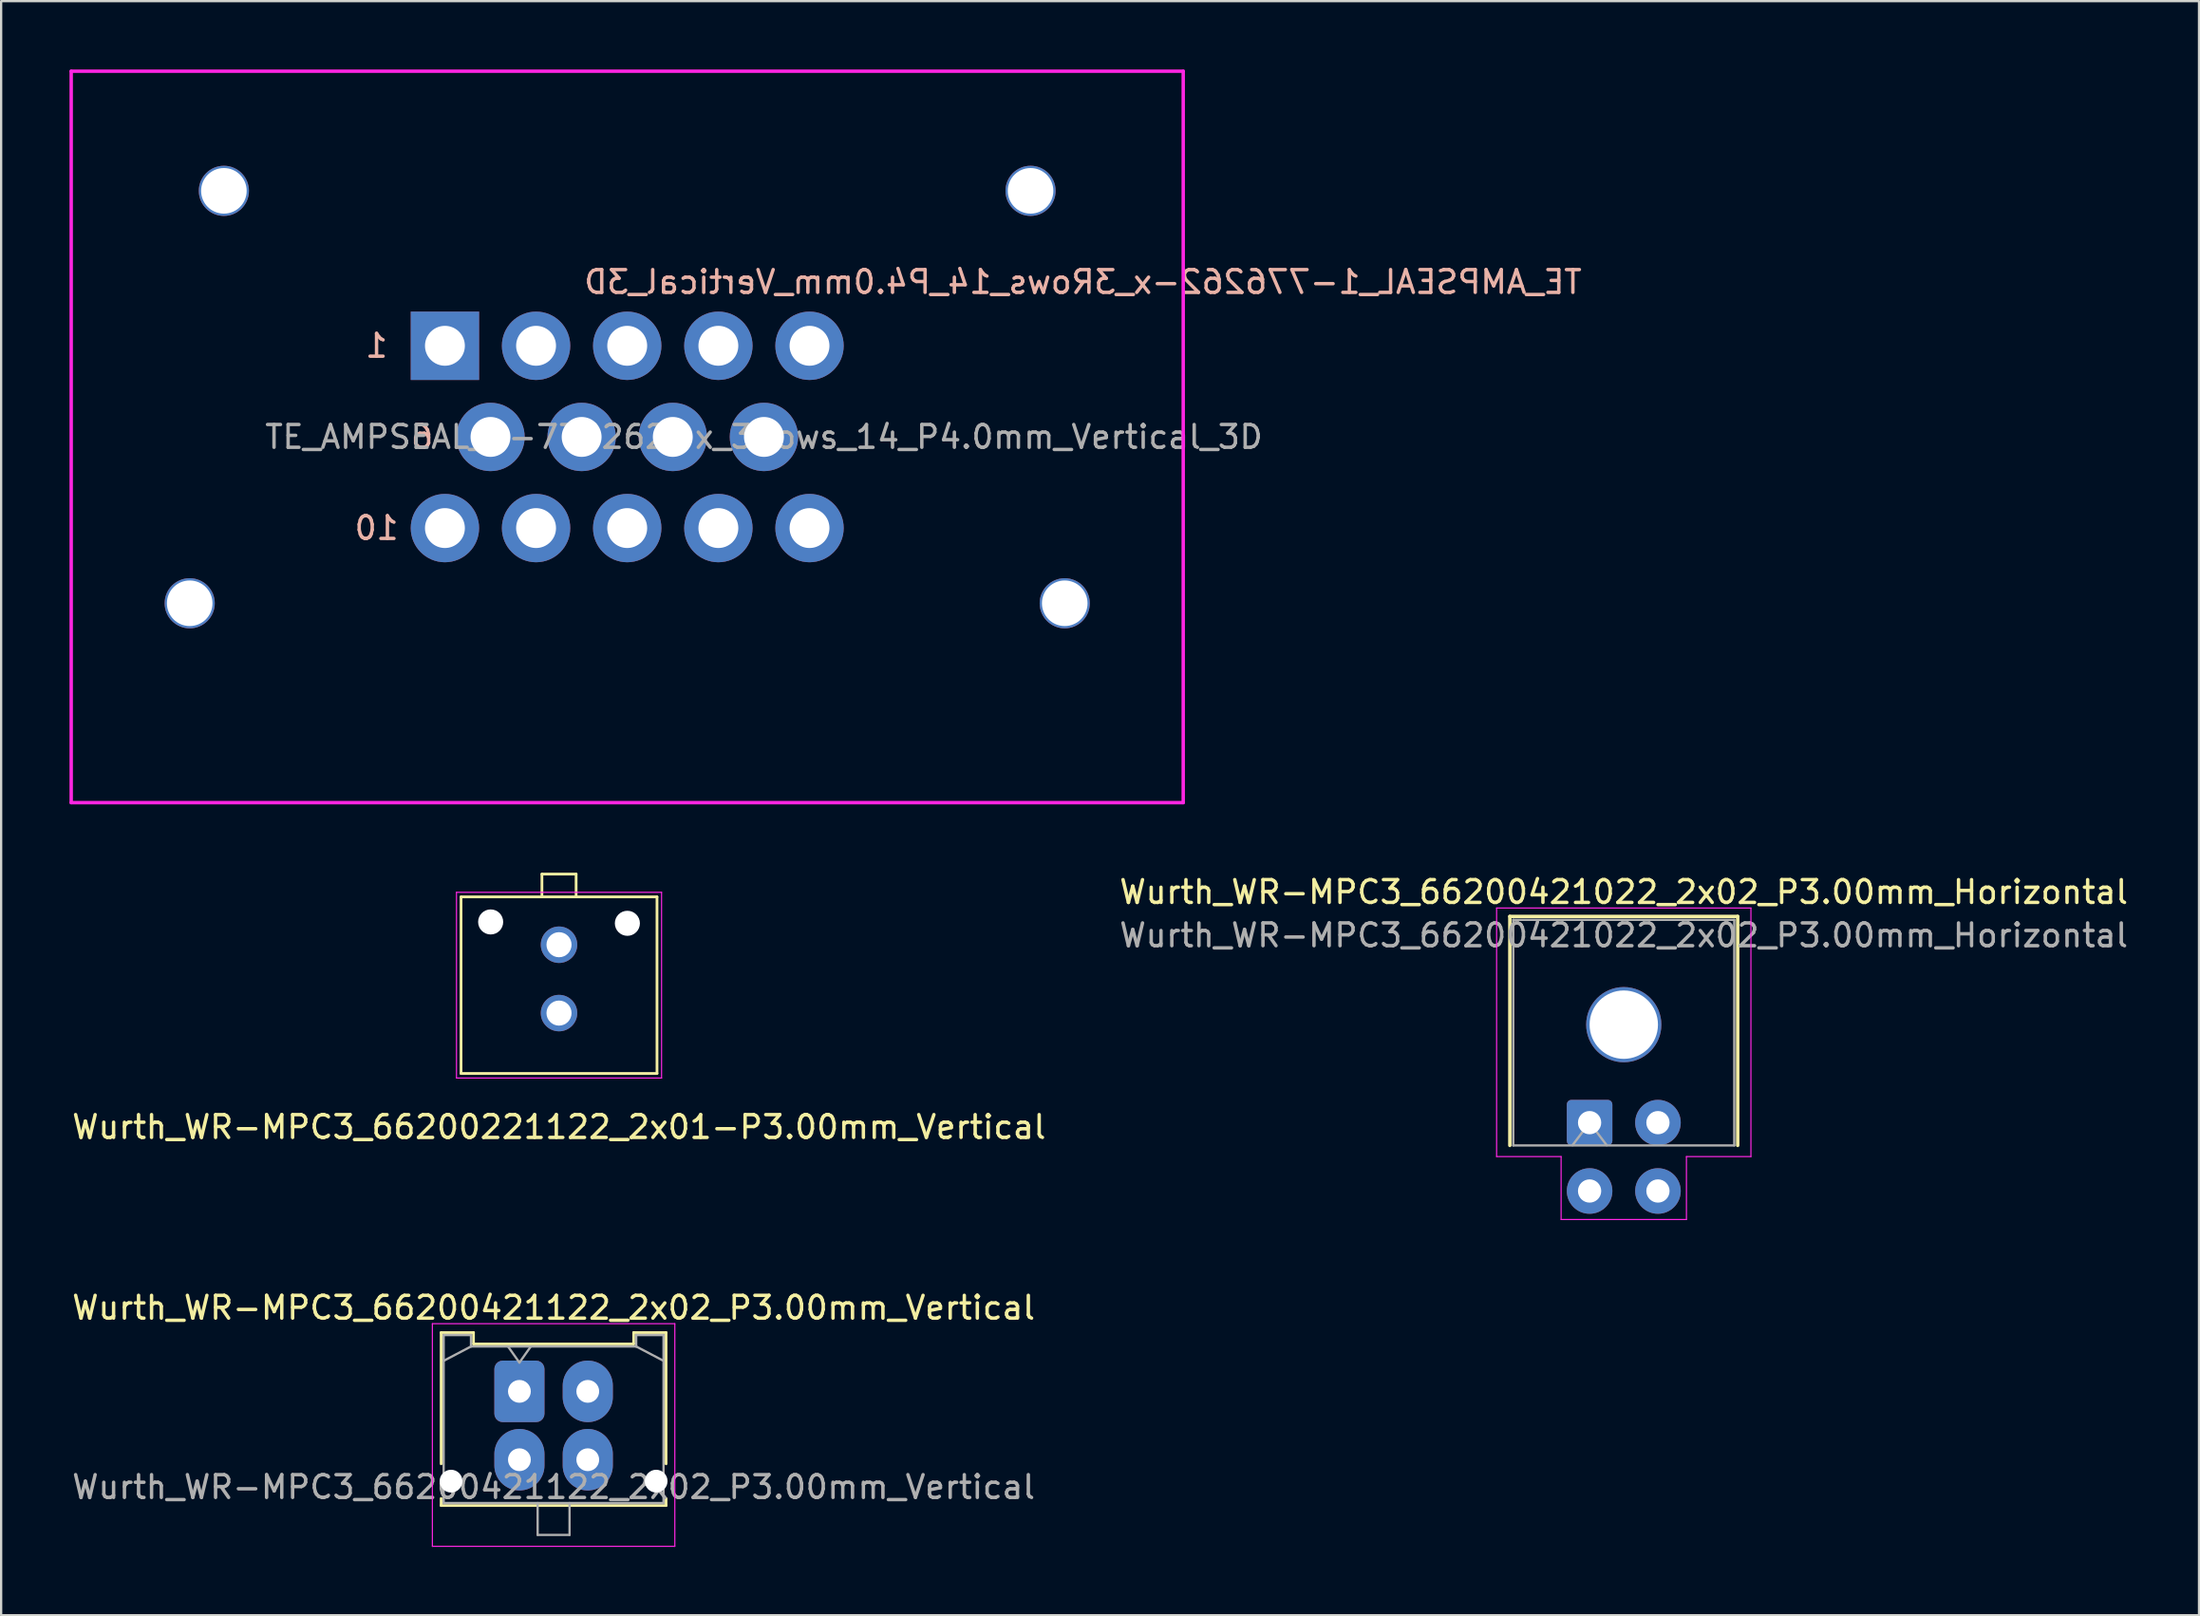
<source format=kicad_pcb>
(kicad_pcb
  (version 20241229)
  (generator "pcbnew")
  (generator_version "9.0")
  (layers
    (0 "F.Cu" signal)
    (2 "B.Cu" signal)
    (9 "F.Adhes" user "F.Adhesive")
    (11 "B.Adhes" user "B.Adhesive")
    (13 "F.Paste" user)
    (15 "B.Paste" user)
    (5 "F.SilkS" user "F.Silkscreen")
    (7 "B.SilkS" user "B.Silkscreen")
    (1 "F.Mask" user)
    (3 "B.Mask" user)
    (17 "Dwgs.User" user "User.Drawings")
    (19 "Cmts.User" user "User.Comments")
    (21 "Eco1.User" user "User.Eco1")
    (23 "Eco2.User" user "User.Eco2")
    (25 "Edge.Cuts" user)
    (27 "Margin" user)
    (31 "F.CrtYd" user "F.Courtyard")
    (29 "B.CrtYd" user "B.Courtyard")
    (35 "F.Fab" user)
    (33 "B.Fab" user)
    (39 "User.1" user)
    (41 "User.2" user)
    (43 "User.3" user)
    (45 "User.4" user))
  (footprint "Wurth_WR-MPC3_66200421022_2x02_P3.00mm_Horizontal"
    (layer "F.Cu")
    (at 68.208 47.718)
    (property "Reference" "Wurth_WR-MPC3_66200421022_2x02_P3.00mm_Horizontal" (at 0 -11.62 0) (layer "F.SilkS") (effects (font (size 1 1) (thickness 0.15))))
    (attr through_hole)
    (fp_line (start -5 -10.55) (end 5 -10.55) (stroke (width 0.15) (type solid)) (layer "F.SilkS"))
    (fp_line (start -5 -0.5) (end -5 -10.55) (stroke (width 0.15) (type solid)) (layer "F.SilkS"))
    (fp_line (start 5 -0.5) (end 5 -10.55) (stroke (width 0.15) (type solid)) (layer "F.SilkS"))
    (fp_line (start -5.58 -10.92) (end 5.58 -10.92) (stroke (width 0.05) (type solid)) (layer "F.CrtYd"))
    (fp_line (start -5.58 -0.01) (end -5.58 -10.92) (stroke (width 0.05) (type solid)) (layer "F.CrtYd"))
    (fp_line (start -2.75 -0.01) (end -5.58 -0.01) (stroke (width 0.05) (type solid)) (layer "F.CrtYd"))
    (fp_line (start -2.75 2.75) (end -2.75 -0.01) (stroke (width 0.05) (type solid)) (layer "F.CrtYd"))
    (fp_line (start 2.75 -0.01) (end 2.75 2.75) (stroke (width 0.05) (type solid)) (layer "F.CrtYd"))
    (fp_line (start 2.75 2.75) (end -2.75 2.75) (stroke (width 0.05) (type solid)) (layer "F.CrtYd"))
    (fp_line (start 5.58 -10.92) (end 5.58 -0.01) (stroke (width 0.05) (type solid)) (layer "F.CrtYd"))
    (fp_line (start 5.58 -0.01) (end 2.75 -0.01) (stroke (width 0.05) (type solid)) (layer "F.CrtYd"))
    (fp_line (start -4.85 -10.4) (end 4.85 -10.4) (stroke (width 0.1) (type solid)) (layer "F.Fab"))
    (fp_line (start -4.85 -0.5) (end -4.85 -10.4) (stroke (width 0.1) (type solid)) (layer "F.Fab"))
    (fp_line (start -4.85 -0.5) (end 4.85 -0.5) (stroke (width 0.1) (type solid)) (layer "F.Fab"))
    (fp_line (start -2.25 -0.51) (end -1.5 -1.5) (stroke (width 0.1) (type solid)) (layer "F.Fab"))
    (fp_line (start -1.5 -1.5) (end -0.75 -0.51) (stroke (width 0.1) (type solid)) (layer "F.Fab"))
    (fp_line (start 4.85 -0.5) (end 4.85 -10.4) (stroke (width 0.1) (type solid)) (layer "F.Fab"))
    (fp_text user "${REFERENCE}" (at 0 -9.72 0) (layer "F.Fab") (effects (font (size 1 1) (thickness 0.15))))
    (pad "" np_thru_hole circle (at 0 -5.8) (size 3.3 3.3) (drill 3) (layers "*.Cu" "*.Mask"))
    (pad "1" thru_hole roundrect (at -1.5 -1.5) (size 2 2) (drill 1.02) (layers "*.Cu" "*.Mask") (roundrect_rratio 0.1))
    (pad "2" thru_hole circle (at 1.5 -1.5) (size 2 2) (drill 1.02) (layers "*.Cu" "*.Mask"))
    (pad "3" thru_hole circle (at -1.5 1.5) (size 2 2) (drill 1.02) (layers "*.Cu" "*.Mask"))
    (pad "4" thru_hole circle (at 1.5 1.5) (size 2 2) (drill 1.02) (layers "*.Cu" "*.Mask")))
  (footprint "Wurth_WR-MPC3_66200421122_2x02_P3.00mm_Vertical"
    (layer "F.Cu")
    (at 19.744 58.011)
    (property "Reference" "Wurth_WR-MPC3_66200421122_2x02_P3.00mm_Vertical" (at 1.5 -3.67 0) (layer "F.SilkS") (effects (font (size 1 1) (thickness 0.15))))
    (attr through_hole)
    (fp_line (start -3.435 -2.58) (end -2.015 -2.58) (stroke (width 0.12) (type solid)) (layer "F.SilkS"))
    (fp_line (start -3.435 3.18) (end -3.435 -2.58) (stroke (width 0.12) (type solid)) (layer "F.SilkS"))
    (fp_line (start -3.435 4.7) (end -3.435 5.01) (stroke (width 0.12) (type solid)) (layer "F.SilkS"))
    (fp_line (start -3.435 5.01) (end 6.435 5.01) (stroke (width 0.12) (type solid)) (layer "F.SilkS"))
    (fp_line (start -2.015 -2.58) (end -2.015 -2.08) (stroke (width 0.12) (type solid)) (layer "F.SilkS"))
    (fp_line (start -2.015 -2.08) (end 5.015 -2.08) (stroke (width 0.12) (type solid)) (layer "F.SilkS"))
    (fp_line (start 5.015 -2.58) (end 6.435 -2.58) (stroke (width 0.12) (type solid)) (layer "F.SilkS"))
    (fp_line (start 5.015 -2.08) (end 5.015 -2.58) (stroke (width 0.12) (type solid)) (layer "F.SilkS"))
    (fp_line (start 6.435 -2.58) (end 6.435 3.18) (stroke (width 0.12) (type solid)) (layer "F.SilkS"))
    (fp_line (start 6.435 5.01) (end 6.435 4.7) (stroke (width 0.12) (type solid)) (layer "F.SilkS"))
    (fp_line (start -3.82 -2.97) (end 6.82 -2.97) (stroke (width 0.05) (type solid)) (layer "F.CrtYd"))
    (fp_line (start -3.82 6.8) (end -3.82 -2.97) (stroke (width 0.05) (type solid)) (layer "F.CrtYd"))
    (fp_line (start 6.82 -2.97) (end 6.82 6.8) (stroke (width 0.05) (type solid)) (layer "F.CrtYd"))
    (fp_line (start 6.82 6.8) (end -3.82 6.8) (stroke (width 0.05) (type solid)) (layer "F.CrtYd"))
    (fp_line (start -3.325 -2.47) (end -3.325 4.9) (stroke (width 0.1) (type solid)) (layer "F.Fab"))
    (fp_line (start -3.325 -1.34) (end -2.125 -1.97) (stroke (width 0.1) (type solid)) (layer "F.Fab"))
    (fp_line (start -3.325 4.9) (end 6.325 4.9) (stroke (width 0.1) (type solid)) (layer "F.Fab"))
    (fp_line (start -2.125 -2.47) (end -3.325 -2.47) (stroke (width 0.1) (type solid)) (layer "F.Fab"))
    (fp_line (start -2.125 -1.97) (end -2.125 -2.47) (stroke (width 0.1) (type solid)) (layer "F.Fab"))
    (fp_line (start -0.5 -1.97) (end 0 -1.263) (stroke (width 0.1) (type solid)) (layer "F.Fab"))
    (fp_line (start 0 -1.263) (end 0.5 -1.97) (stroke (width 0.1) (type solid)) (layer "F.Fab"))
    (fp_line (start 0.8 4.9) (end 0.8 6.3) (stroke (width 0.1) (type solid)) (layer "F.Fab"))
    (fp_line (start 0.8 6.3) (end 2.2 6.3) (stroke (width 0.1) (type solid)) (layer "F.Fab"))
    (fp_line (start 2.2 6.3) (end 2.2 4.9) (stroke (width 0.1) (type solid)) (layer "F.Fab"))
    (fp_line (start 5.125 -2.47) (end 5.125 -1.97) (stroke (width 0.1) (type solid)) (layer "F.Fab"))
    (fp_line (start 5.125 -1.97) (end -2.125 -1.97) (stroke (width 0.1) (type solid)) (layer "F.Fab"))
    (fp_line (start 6.325 -2.47) (end 5.125 -2.47) (stroke (width 0.1) (type solid)) (layer "F.Fab"))
    (fp_line (start 6.325 -1.34) (end 5.125 -1.97) (stroke (width 0.1) (type solid)) (layer "F.Fab"))
    (fp_line (start 6.325 4.9) (end 6.325 -2.47) (stroke (width 0.1) (type solid)) (layer "F.Fab"))
    (fp_text user "${REFERENCE}" (at 1.5 4.2 0) (layer "F.Fab") (effects (font (size 1 1) (thickness 0.15))))
    (pad "" np_thru_hole circle (at -3 3.94) (size 1 1) (drill 1) (layers "*.Cu" "*.Mask"))
    (pad "" np_thru_hole circle (at 6 3.94) (size 1 1) (drill 1) (layers "*.Cu" "*.Mask"))
    (pad "1" thru_hole roundrect (at 0 0) (size 2.2 2.7) (drill 1) (layers "*.Cu" "*.Mask") (roundrect_rratio 0.167))
    (pad "2" thru_hole oval (at 3 0) (size 2.2 2.7) (drill 1) (layers "*.Cu" "*.Mask"))
    (pad "3" thru_hole oval (at 0 3) (size 2.2 2.7) (drill 1) (layers "*.Cu" "*.Mask"))
    (pad "4" thru_hole oval (at 3 3) (size 2.2 2.7) (drill 1) (layers "*.Cu" "*.Mask")))
  (footprint "TE_AMPSEAL_1-776262-x_3Rows_14_P4.0mm_Vertical_3D"
    (layer "F.Cu")
    (at 24.475 16.125)
    (property "Reference" "TE_AMPSEAL_1-776262-x_3Rows_14_P4.0mm_Vertical_3D" (at 20 -6.8 0) (layer "B.SilkS") (effects (font (size 1 1) (thickness 0.15)) (justify mirror)))
    (attr through_hole)
    (fp_line (start -24.4 -16.05) (end 24.4 -16.05) (stroke (width 0.15) (type solid)) (layer "F.CrtYd"))
    (fp_line (start -24.4 16.05) (end -24.4 -16.05) (stroke (width 0.15) (type solid)) (layer "F.CrtYd"))
    (fp_line (start -24.4 16.05) (end 24.4 16.05) (stroke (width 0.15) (type solid)) (layer "F.CrtYd"))
    (fp_line (start 24.4 16.05) (end 24.4 -16.05) (stroke (width 0.15) (type solid)) (layer "F.CrtYd"))
    (fp_text user "1" (at -11 -4 0) (layer "B.SilkS") (effects (font (size 1 1) (thickness 0.15)) (justify mirror)))
    (fp_text user "6" (at -9 0 0) (layer "B.SilkS") (effects (font (size 1 1) (thickness 0.15)) (justify mirror)))
    (fp_text user "10" (at -11 4 0) (layer "B.SilkS") (effects (font (size 1 1) (thickness 0.15)) (justify mirror)))
    (fp_text user "${REFERENCE}" (at 6 0 0) (layer "F.Fab") (effects (font (size 1 1) (thickness 0.15))))
    (pad "" np_thru_hole circle (at -19.2 7.3) (size 2.2 2.2) (drill 2) (layers "*.Cu" "*.Mask"))
    (pad "" np_thru_hole circle (at -17.7 -10.8) (size 2.2 2.2) (drill 2) (layers "*.Cu" "*.Mask"))
    (pad "" np_thru_hole circle (at 17.7 -10.8) (size 2.2 2.2) (drill 2) (layers "*.Cu" "*.Mask"))
    (pad "" np_thru_hole circle (at 19.2 7.3) (size 2.2 2.2) (drill 2) (layers "*.Cu" "*.Mask"))
    (pad "1" thru_hole rect (at -8 -4) (size 3 3) (drill 1.75) (layers "*.Cu" "*.Mask"))
    (pad "2" thru_hole circle (at -4 -4) (size 3 3) (drill 1.75) (layers "*.Cu" "*.Mask"))
    (pad "3" thru_hole circle (at 0 -4) (size 3 3) (drill 1.75) (layers "*.Cu" "*.Mask"))
    (pad "4" thru_hole circle (at 4 -4) (size 3 3) (drill 1.75) (layers "*.Cu" "*.Mask"))
    (pad "5" thru_hole circle (at 8 -4) (size 3 3) (drill 1.75) (layers "*.Cu" "*.Mask"))
    (pad "6" thru_hole circle (at -6 0) (size 3 3) (drill 1.75) (layers "*.Cu" "*.Mask"))
    (pad "7" thru_hole circle (at -2 0) (size 3 3) (drill 1.75) (layers "*.Cu" "*.Mask"))
    (pad "8" thru_hole circle (at 2 0) (size 3 3) (drill 1.75) (layers "*.Cu" "*.Mask"))
    (pad "9" thru_hole circle (at 6 0) (size 3 3) (drill 1.75) (layers "*.Cu" "*.Mask"))
    (pad "10" thru_hole circle (at -8 4) (size 3 3) (drill 1.75) (layers "*.Cu" "*.Mask"))
    (pad "11" thru_hole circle (at -4 4) (size 3 3) (drill 1.75) (layers "*.Cu" "*.Mask"))
    (pad "12" thru_hole circle (at 0 4) (size 3 3) (drill 1.75) (layers "*.Cu" "*.Mask"))
    (pad "13" thru_hole circle (at 4 4) (size 3 3) (drill 1.75) (layers "*.Cu" "*.Mask"))
    (pad "14" thru_hole circle (at 8 4) (size 3 3) (drill 1.75) (layers "*.Cu" "*.Mask")))
  (footprint "Wurth_WR-MPC3_66200221122_2x01-P3.00mm_Vertical"
    (layer "F.Cu")
    (at 21.482 41.41)
    (property "Reference" "Wurth_WR-MPC3_66200221122_2x01-P3.00mm_Vertical" (at 0 5 0) (layer "F.SilkS") (effects (font (size 1 1) (thickness 0.15))))
    (attr through_hole)
    (fp_line (start -4.3 2.65) (end -4.3 -5.1) (stroke (width 0.12) (type solid)) (layer "F.SilkS"))
    (fp_line (start -0.75 -6.1) (end 0.75 -6.1) (stroke (width 0.12) (type solid)) (layer "F.SilkS"))
    (fp_line (start -0.75 -5.1) (end -0.75 -6.1) (stroke (width 0.12) (type solid)) (layer "F.SilkS"))
    (fp_line (start 0.75 -6.1) (end 0.75 -5.1) (stroke (width 0.12) (type solid)) (layer "F.SilkS"))
    (fp_line (start 4.3 -5.1) (end -4.3 -5.1) (stroke (width 0.12) (type solid)) (layer "F.SilkS"))
    (fp_line (start 4.3 2.65) (end -4.3 2.65) (stroke (width 0.12) (type solid)) (layer "F.SilkS"))
    (fp_line (start 4.3 2.65) (end 4.3 -5.1) (stroke (width 0.12) (type solid)) (layer "F.SilkS"))
    (fp_line (start -4.5 2.85) (end -4.5 -5.3) (stroke (width 0.05) (type solid)) (layer "F.CrtYd"))
    (fp_line (start 4.5 -5.3) (end -4.5 -5.3) (stroke (width 0.05) (type solid)) (layer "F.CrtYd"))
    (fp_line (start 4.5 2.85) (end -4.5 2.85) (stroke (width 0.05) (type solid)) (layer "F.CrtYd"))
    (fp_line (start 4.5 2.85) (end 4.5 -5.3) (stroke (width 0.05) (type solid)) (layer "F.CrtYd"))
    (pad "" np_thru_hole circle (at -3 -4) (size 1.1 1.1) (drill 1.1) (layers "*.Cu" "*.Mask"))
    (pad "" np_thru_hole circle (at 3 -3.94) (size 1.1 1.1) (drill 1.1) (layers "*.Cu" "*.Mask"))
    (pad "1" thru_hole circle (at 0 0) (size 1.6 1.6) (drill 1.1) (layers "*.Cu" "*.Mask"))
    (pad "2" thru_hole circle (at 0 -3) (size 1.6 1.6) (drill 1.1) (layers "*.Cu" "*.Mask")))
  (gr_rect
    (start -3 -3)
    (end 93.452 67.837)
    (stroke (width 0.1) (type default))
    (fill no)
    (layer "Edge.Cuts")))
</source>
